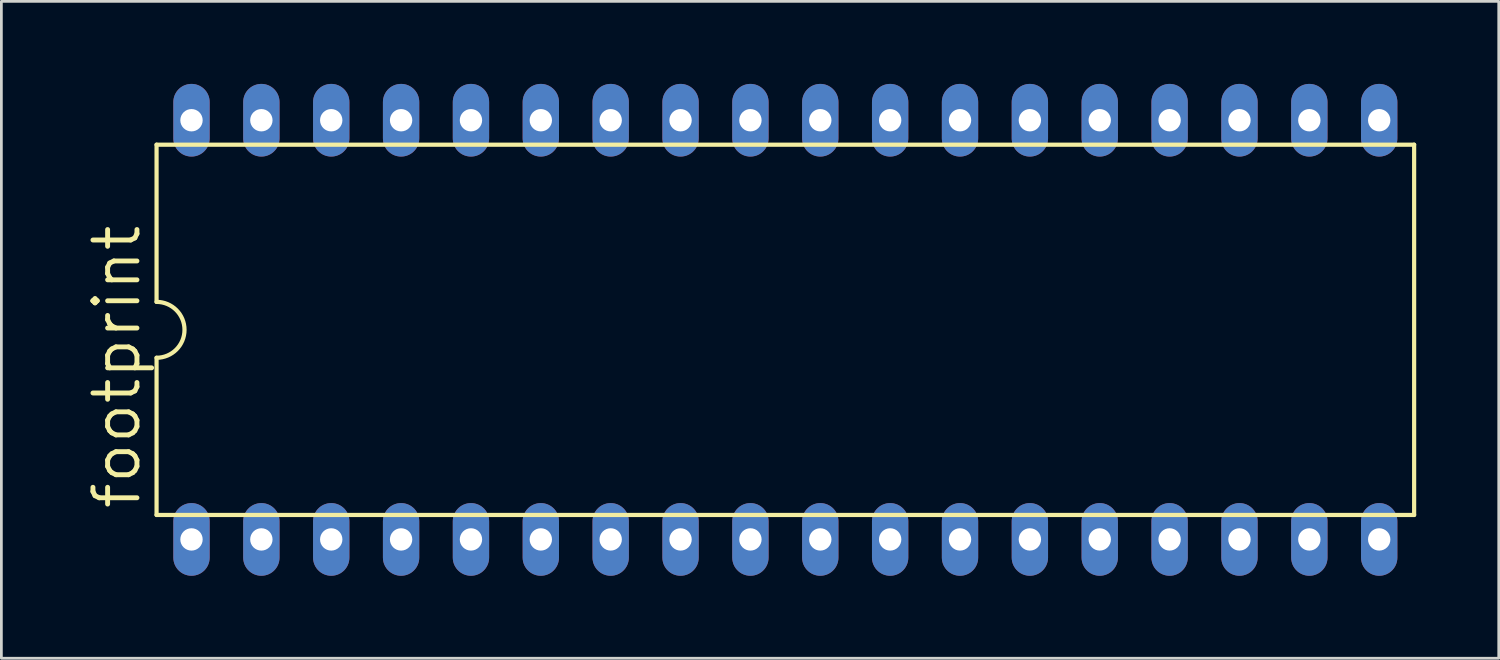
<source format=kicad_pcb>
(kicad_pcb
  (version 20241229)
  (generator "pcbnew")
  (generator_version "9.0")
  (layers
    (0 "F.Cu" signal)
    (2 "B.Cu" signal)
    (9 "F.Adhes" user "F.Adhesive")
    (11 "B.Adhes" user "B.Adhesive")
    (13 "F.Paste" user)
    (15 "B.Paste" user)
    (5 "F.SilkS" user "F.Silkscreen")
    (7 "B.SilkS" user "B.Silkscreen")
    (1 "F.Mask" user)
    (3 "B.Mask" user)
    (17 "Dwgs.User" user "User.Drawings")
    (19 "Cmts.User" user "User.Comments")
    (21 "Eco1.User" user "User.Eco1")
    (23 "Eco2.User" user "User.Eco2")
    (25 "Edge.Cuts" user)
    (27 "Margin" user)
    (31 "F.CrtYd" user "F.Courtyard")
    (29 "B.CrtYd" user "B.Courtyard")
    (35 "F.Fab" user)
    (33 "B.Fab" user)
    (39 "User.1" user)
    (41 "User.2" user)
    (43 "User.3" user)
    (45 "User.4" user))
  (footprint "footprint"
    (layer "F.Cu")
    (at 25.502 8.941)
    (property "Reference" "footprint" (at -23.368 6.604 90) (layer "F.SilkS") (effects (font (size 1.6 1.6) (thickness 0.178)) (justify left bottom)))
    (fp_line (start -22.86 -6.731) (end -22.86 -1.016) (stroke (width 0.152) (type solid)) (layer "F.SilkS"))
    (fp_line (start -22.86 6.731) (end -22.86 1.016) (stroke (width 0.152) (type solid)) (layer "F.SilkS"))
    (fp_line (start -22.86 6.731) (end 22.86 6.731) (stroke (width 0.152) (type solid)) (layer "F.SilkS"))
    (fp_line (start 22.86 -6.731) (end -22.86 -6.731) (stroke (width 0.152) (type solid)) (layer "F.SilkS"))
    (fp_line (start 22.86 -6.731) (end 22.86 6.731) (stroke (width 0.152) (type solid)) (layer "F.SilkS"))
    (fp_arc (start -22.86 -1.016) (mid -21.844 0) (end -22.86 1.016) (stroke (width 0.1524) (type solid)) (layer "F.SilkS"))
    (pad "1" thru_hole oval (at -21.59 7.62 90) (size 2.642 1.321) (drill 0.813) (layers "*.Cu" "*.Mask"))
    (pad "2" thru_hole oval (at -19.05 7.62 90) (size 2.642 1.321) (drill 0.813) (layers "*.Cu" "*.Mask"))
    (pad "3" thru_hole oval (at -16.51 7.62 90) (size 2.642 1.321) (drill 0.813) (layers "*.Cu" "*.Mask"))
    (pad "4" thru_hole oval (at -13.97 7.62 90) (size 2.642 1.321) (drill 0.813) (layers "*.Cu" "*.Mask"))
    (pad "5" thru_hole oval (at -11.43 7.62 90) (size 2.642 1.321) (drill 0.813) (layers "*.Cu" "*.Mask"))
    (pad "6" thru_hole oval (at -8.89 7.62 90) (size 2.642 1.321) (drill 0.813) (layers "*.Cu" "*.Mask"))
    (pad "7" thru_hole oval (at -6.35 7.62 90) (size 2.642 1.321) (drill 0.813) (layers "*.Cu" "*.Mask"))
    (pad "8" thru_hole oval (at -3.81 7.62 90) (size 2.642 1.321) (drill 0.813) (layers "*.Cu" "*.Mask"))
    (pad "9" thru_hole oval (at -1.27 7.62 90) (size 2.642 1.321) (drill 0.813) (layers "*.Cu" "*.Mask"))
    (pad "10" thru_hole oval (at 1.27 7.62 90) (size 2.642 1.321) (drill 0.813) (layers "*.Cu" "*.Mask"))
    (pad "11" thru_hole oval (at 3.81 7.62 90) (size 2.642 1.321) (drill 0.813) (layers "*.Cu" "*.Mask"))
    (pad "12" thru_hole oval (at 6.35 7.62 90) (size 2.642 1.321) (drill 0.813) (layers "*.Cu" "*.Mask"))
    (pad "13" thru_hole oval (at 8.89 7.62 90) (size 2.642 1.321) (drill 0.813) (layers "*.Cu" "*.Mask"))
    (pad "14" thru_hole oval (at 11.43 7.62 90) (size 2.642 1.321) (drill 0.813) (layers "*.Cu" "*.Mask"))
    (pad "15" thru_hole oval (at 13.97 7.62 90) (size 2.642 1.321) (drill 0.813) (layers "*.Cu" "*.Mask"))
    (pad "16" thru_hole oval (at 16.51 7.62 90) (size 2.642 1.321) (drill 0.813) (layers "*.Cu" "*.Mask"))
    (pad "17" thru_hole oval (at 19.05 7.62 90) (size 2.642 1.321) (drill 0.813) (layers "*.Cu" "*.Mask"))
    (pad "18" thru_hole oval (at 21.59 7.62 90) (size 2.642 1.321) (drill 0.813) (layers "*.Cu" "*.Mask"))
    (pad "19" thru_hole oval (at 21.59 -7.62 90) (size 2.642 1.321) (drill 0.813) (layers "*.Cu" "*.Mask"))
    (pad "20" thru_hole oval (at 19.05 -7.62 90) (size 2.642 1.321) (drill 0.813) (layers "*.Cu" "*.Mask"))
    (pad "21" thru_hole oval (at 16.51 -7.62 90) (size 2.642 1.321) (drill 0.813) (layers "*.Cu" "*.Mask"))
    (pad "22" thru_hole oval (at 13.97 -7.62 90) (size 2.642 1.321) (drill 0.813) (layers "*.Cu" "*.Mask"))
    (pad "23" thru_hole oval (at 11.43 -7.62 90) (size 2.642 1.321) (drill 0.813) (layers "*.Cu" "*.Mask"))
    (pad "24" thru_hole oval (at 8.89 -7.62 90) (size 2.642 1.321) (drill 0.813) (layers "*.Cu" "*.Mask"))
    (pad "25" thru_hole oval (at 6.35 -7.62 90) (size 2.642 1.321) (drill 0.813) (layers "*.Cu" "*.Mask"))
    (pad "26" thru_hole oval (at 3.81 -7.62 90) (size 2.642 1.321) (drill 0.813) (layers "*.Cu" "*.Mask"))
    (pad "27" thru_hole oval (at 1.27 -7.62 90) (size 2.642 1.321) (drill 0.813) (layers "*.Cu" "*.Mask"))
    (pad "28" thru_hole oval (at -1.27 -7.62 90) (size 2.642 1.321) (drill 0.813) (layers "*.Cu" "*.Mask"))
    (pad "29" thru_hole oval (at -3.81 -7.62 90) (size 2.642 1.321) (drill 0.813) (layers "*.Cu" "*.Mask"))
    (pad "30" thru_hole oval (at -6.35 -7.62 90) (size 2.642 1.321) (drill 0.813) (layers "*.Cu" "*.Mask"))
    (pad "31" thru_hole oval (at -8.89 -7.62 90) (size 2.642 1.321) (drill 0.813) (layers "*.Cu" "*.Mask"))
    (pad "32" thru_hole oval (at -11.43 -7.62 90) (size 2.642 1.321) (drill 0.813) (layers "*.Cu" "*.Mask"))
    (pad "33" thru_hole oval (at -13.97 -7.62 90) (size 2.642 1.321) (drill 0.813) (layers "*.Cu" "*.Mask"))
    (pad "34" thru_hole oval (at -16.51 -7.62 90) (size 2.642 1.321) (drill 0.813) (layers "*.Cu" "*.Mask"))
    (pad "35" thru_hole oval (at -19.05 -7.62 90) (size 2.642 1.321) (drill 0.813) (layers "*.Cu" "*.Mask"))
    (pad "36" thru_hole oval (at -21.59 -7.62 90) (size 2.642 1.321) (drill 0.813) (layers "*.Cu" "*.Mask")))
  (gr_rect
    (start -3 -3)
    (end 51.438 20.882)
    (stroke (width 0.1) (type default))
    (fill no)
    (layer "Edge.Cuts")))
</source>
